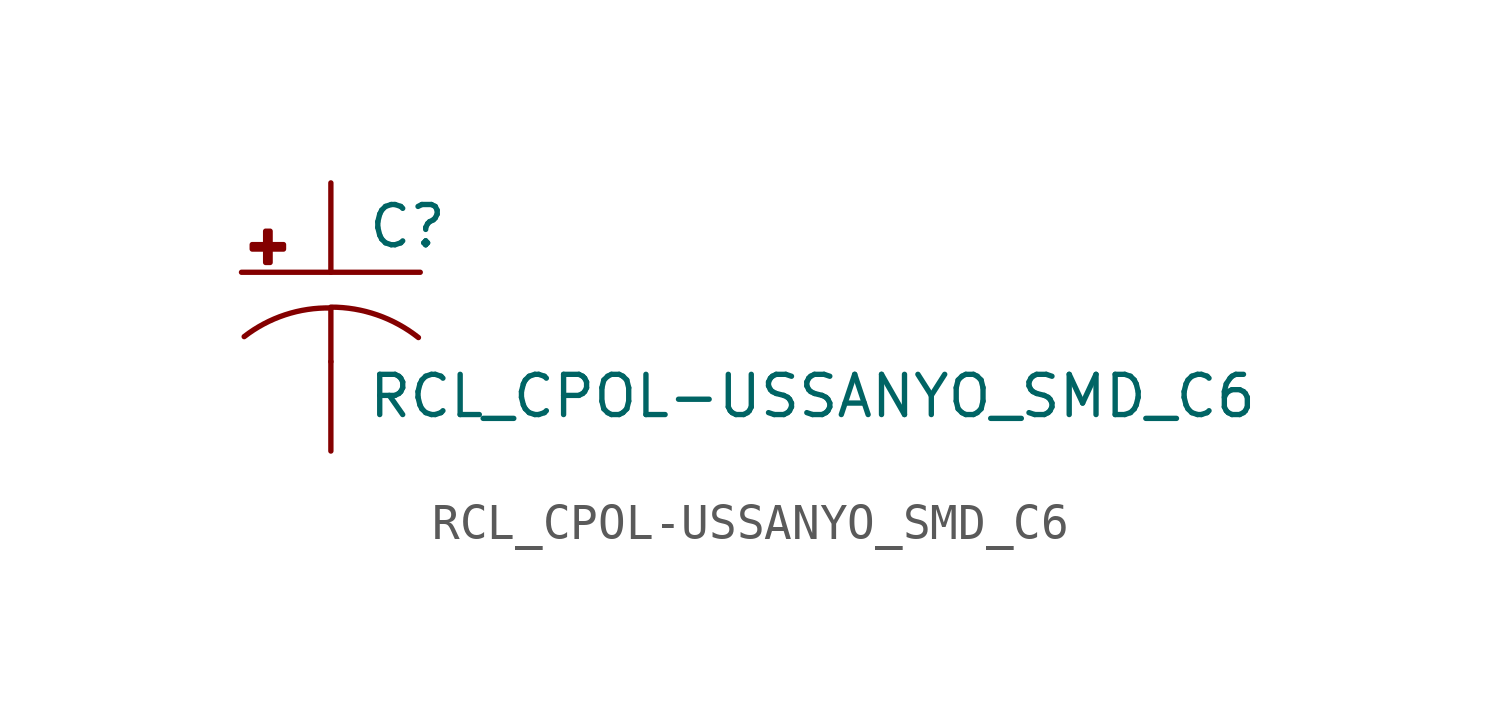
<source format=kicad_sym>
(kicad_symbol_lib
  (version 20210619)
  (generator kicad_symbol_editor)
  (symbol "RCL_CPOL-USSANYO_SMD_C6"
    (pin_numbers hide)
    (pin_names
      (offset 1.016) hide)
    (property "Reference" "C"
      (at 1.016 0.635 0)
      (effects (font (size 1.143 1.143)) (justify left bottom)))
    (property "Value" "RCL_CPOL-USSANYO_SMD_C6"
      (at 1.016 -4.191 0)
      (effects (font (size 1.143 1.143)) (justify left bottom)))
    (property "ki_locked" ""
      (at 0 0 0)
      (effects (font (size 1.27 1.27))))
    (symbol "RCL_CPOL-USSANYO_SMD_C6_1_0"
      (polyline (pts (xy -2.54 0) (xy 2.54 0)) (stroke (width 0)) (fill (type none)))
      (polyline (pts (xy 0 -1.016) (xy 0 -2.54)) (stroke (width 0)) (fill (type none)))
      (polyline (pts (xy 0 -1.016) (xy 0 -1.016)) (stroke (width 0)) (fill (type none))))
    (symbol "RCL_CPOL-USSANYO_SMD_C6_1_1"
      (arc (start 0 -1.016) (end -2.4638 -1.8288) (radius (at 0 -5.0546) (length 4.0386) (angles 90.1 127.3)) (stroke (width 0)) (fill (type none)))
      (arc (start 2.4892 -1.8542) (end 0 -0.9906) (radius (at 0 -5.0292) (length 4.0386) (angles 52.3 89.9)) (stroke (width 0)) (fill (type none)))
      (rectangle (start -2.235 0.66) (end -1.346 0.787) (stroke (width 0)) (fill (type outline)))
      (rectangle (start -1.854 0.279) (end -1.727 1.168) (stroke (width 0)) (fill (type outline)))
      (pin passive line (at 0 2.54 270) (length 2.54) (name "+" (effects (font (size 1.016 1.016)))) (number "+" (effects (font (size 1.016 1.016)))))
      (pin passive line (at 0 -5.08 90) (length 2.54) (name "-" (effects (font (size 1.016 1.016)))) (number "-" (effects (font (size 1.016 1.016))))))))
</source>
